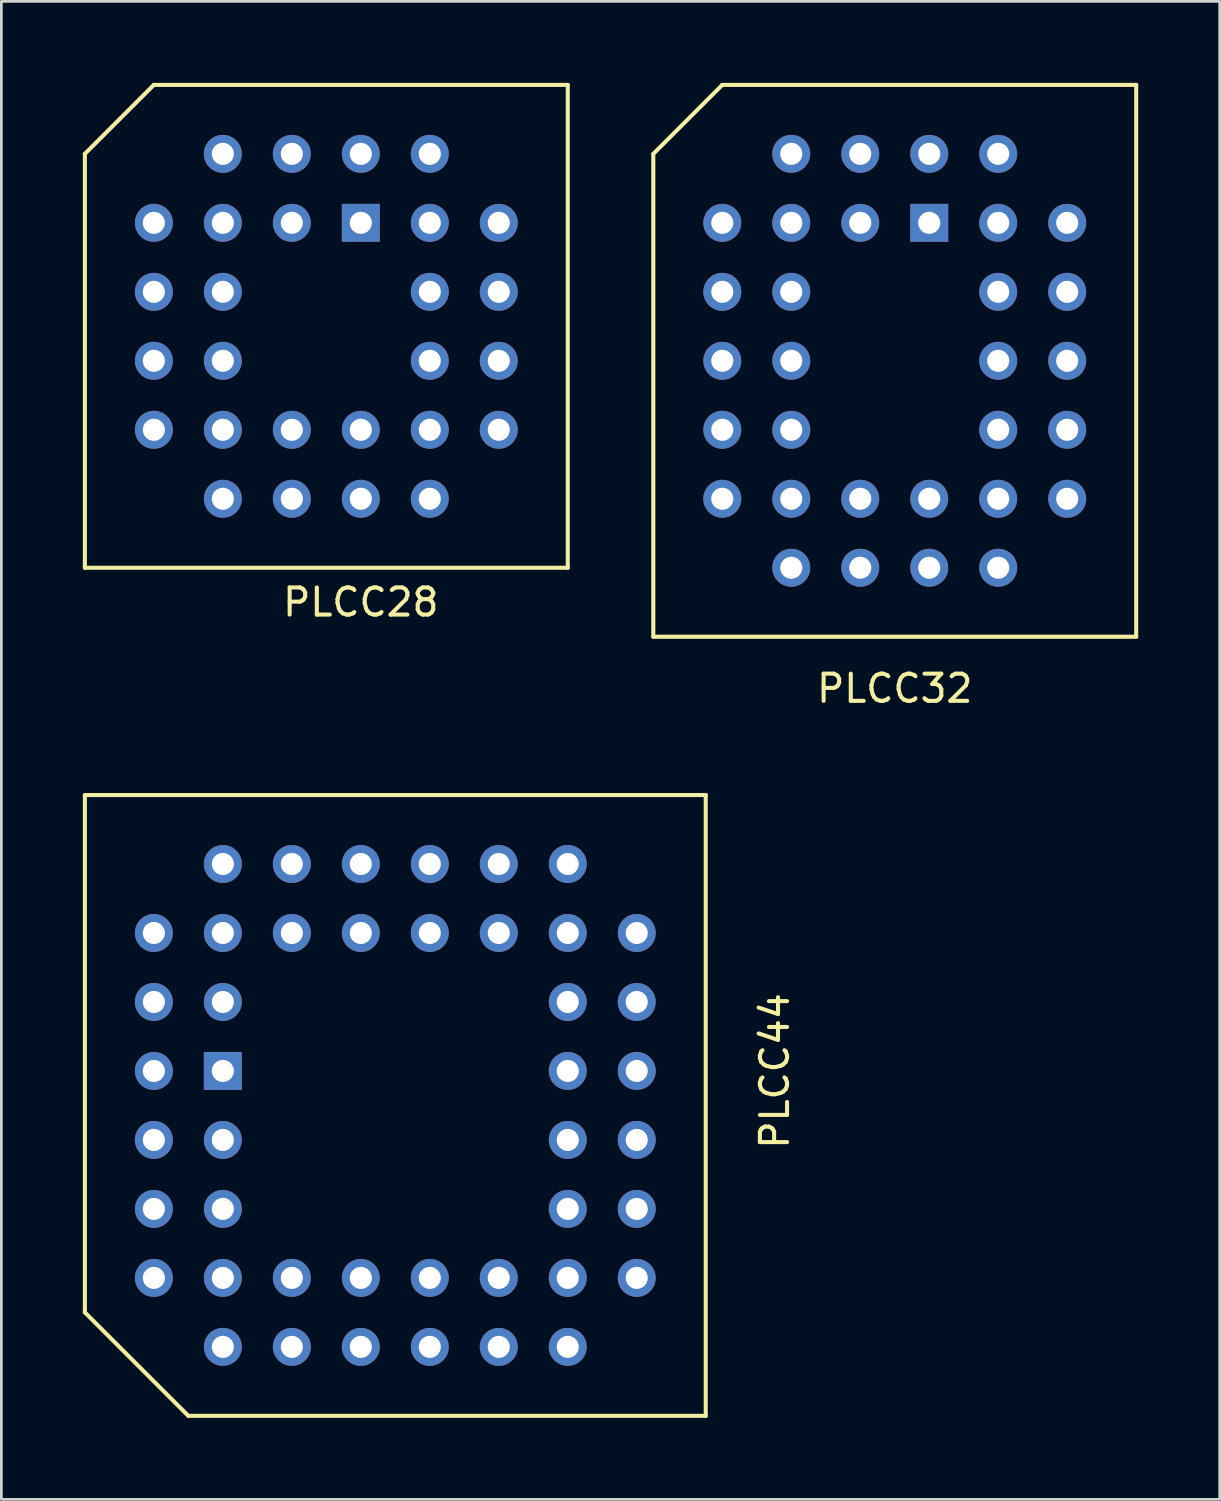
<source format=kicad_pcb>
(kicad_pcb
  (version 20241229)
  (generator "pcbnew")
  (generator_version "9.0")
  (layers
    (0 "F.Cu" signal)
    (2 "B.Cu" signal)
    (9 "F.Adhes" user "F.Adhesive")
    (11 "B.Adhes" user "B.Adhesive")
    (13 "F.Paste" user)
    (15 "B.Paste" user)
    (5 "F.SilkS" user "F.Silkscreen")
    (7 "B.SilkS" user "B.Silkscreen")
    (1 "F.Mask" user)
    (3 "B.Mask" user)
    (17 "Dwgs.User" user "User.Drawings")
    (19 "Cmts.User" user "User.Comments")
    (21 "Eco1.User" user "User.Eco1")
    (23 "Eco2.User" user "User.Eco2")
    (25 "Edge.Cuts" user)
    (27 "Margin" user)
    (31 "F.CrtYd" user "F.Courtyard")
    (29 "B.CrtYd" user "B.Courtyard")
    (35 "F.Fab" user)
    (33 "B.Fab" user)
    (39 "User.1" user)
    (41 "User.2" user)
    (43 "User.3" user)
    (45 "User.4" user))
  (footprint "PLCC32"
    (layer "F.Cu")
    (at 29.895 10.235)
    (property "Reference" "PLCC32" (at 0 12.065 0) (layer "F.SilkS") (effects (font (size 1 1) (thickness 0.15))))
    (attr through_hole)
    (fp_line (start -8.89 -7.62) (end -8.89 10.16) (stroke (width 0.15) (type solid)) (layer "F.SilkS"))
    (fp_line (start -8.89 10.16) (end 8.89 10.16) (stroke (width 0.15) (type solid)) (layer "F.SilkS"))
    (fp_line (start -6.35 -10.16) (end -8.89 -7.62) (stroke (width 0.15) (type solid)) (layer "F.SilkS"))
    (fp_line (start 8.89 -10.16) (end -6.35 -10.16) (stroke (width 0.15) (type solid)) (layer "F.SilkS"))
    (fp_line (start 8.89 -10.16) (end 8.89 10.16) (stroke (width 0.15) (type solid)) (layer "F.SilkS"))
    (pad "1" thru_hole rect (at 1.27 -5.08) (size 1.397 1.397) (drill 0.813) (layers "*.Cu" "*.Mask"))
    (pad "2" thru_hole circle (at -1.27 -7.62) (size 1.397 1.397) (drill 0.813) (layers "*.Cu" "*.Mask"))
    (pad "3" thru_hole circle (at -1.27 -5.08) (size 1.397 1.397) (drill 0.813) (layers "*.Cu" "*.Mask"))
    (pad "4" thru_hole circle (at -3.81 -7.62) (size 1.397 1.397) (drill 0.813) (layers "*.Cu" "*.Mask"))
    (pad "5" thru_hole circle (at -6.35 -5.08) (size 1.397 1.397) (drill 0.813) (layers "*.Cu" "*.Mask"))
    (pad "6" thru_hole circle (at -3.81 -5.08) (size 1.397 1.397) (drill 0.813) (layers "*.Cu" "*.Mask"))
    (pad "7" thru_hole circle (at -6.35 -2.54) (size 1.397 1.397) (drill 0.813) (layers "*.Cu" "*.Mask"))
    (pad "8" thru_hole circle (at -3.81 -2.54) (size 1.397 1.397) (drill 0.813) (layers "*.Cu" "*.Mask"))
    (pad "9" thru_hole circle (at -6.35 0) (size 1.397 1.397) (drill 0.813) (layers "*.Cu" "*.Mask"))
    (pad "10" thru_hole circle (at -3.81 0) (size 1.397 1.397) (drill 0.813) (layers "*.Cu" "*.Mask"))
    (pad "11" thru_hole circle (at -6.35 2.54) (size 1.397 1.397) (drill 0.813) (layers "*.Cu" "*.Mask"))
    (pad "12" thru_hole circle (at -3.81 2.54) (size 1.397 1.397) (drill 0.813) (layers "*.Cu" "*.Mask"))
    (pad "13" thru_hole circle (at -6.35 5.08) (size 1.397 1.397) (drill 0.813) (layers "*.Cu" "*.Mask"))
    (pad "14" thru_hole circle (at -3.81 7.62) (size 1.397 1.397) (drill 0.813) (layers "*.Cu" "*.Mask"))
    (pad "15" thru_hole circle (at -3.81 5.08) (size 1.397 1.397) (drill 0.813) (layers "*.Cu" "*.Mask"))
    (pad "16" thru_hole circle (at -1.27 7.62) (size 1.397 1.397) (drill 0.813) (layers "*.Cu" "*.Mask"))
    (pad "17" thru_hole circle (at -1.27 5.08) (size 1.397 1.397) (drill 0.813) (layers "*.Cu" "*.Mask"))
    (pad "18" thru_hole circle (at 1.27 7.62) (size 1.397 1.397) (drill 0.813) (layers "*.Cu" "*.Mask"))
    (pad "19" thru_hole circle (at 1.27 5.08) (size 1.397 1.397) (drill 0.813) (layers "*.Cu" "*.Mask"))
    (pad "20" thru_hole circle (at 3.81 7.62) (size 1.397 1.397) (drill 0.813) (layers "*.Cu" "*.Mask"))
    (pad "21" thru_hole circle (at 6.35 5.08) (size 1.397 1.397) (drill 0.813) (layers "*.Cu" "*.Mask"))
    (pad "22" thru_hole circle (at 3.81 5.08) (size 1.397 1.397) (drill 0.813) (layers "*.Cu" "*.Mask"))
    (pad "23" thru_hole circle (at 6.35 2.54) (size 1.397 1.397) (drill 0.813) (layers "*.Cu" "*.Mask"))
    (pad "24" thru_hole circle (at 3.81 2.54) (size 1.397 1.397) (drill 0.813) (layers "*.Cu" "*.Mask"))
    (pad "25" thru_hole circle (at 6.35 0) (size 1.397 1.397) (drill 0.813) (layers "*.Cu" "*.Mask"))
    (pad "26" thru_hole circle (at 3.81 0) (size 1.397 1.397) (drill 0.813) (layers "*.Cu" "*.Mask"))
    (pad "27" thru_hole circle (at 6.35 -2.54) (size 1.397 1.397) (drill 0.813) (layers "*.Cu" "*.Mask"))
    (pad "28" thru_hole circle (at 3.81 -2.54) (size 1.397 1.397) (drill 0.813) (layers "*.Cu" "*.Mask"))
    (pad "29" thru_hole circle (at 6.35 -5.08) (size 1.397 1.397) (drill 0.813) (layers "*.Cu" "*.Mask"))
    (pad "30" thru_hole circle (at 3.81 -7.62) (size 1.397 1.397) (drill 0.813) (layers "*.Cu" "*.Mask"))
    (pad "31" thru_hole circle (at 3.81 -5.08) (size 1.397 1.397) (drill 0.813) (layers "*.Cu" "*.Mask"))
    (pad "32" thru_hole circle (at 1.27 -7.62) (size 1.397 1.397) (drill 0.813) (layers "*.Cu" "*.Mask")))
  (footprint "PLCC28"
    (layer "F.Cu")
    (at 8.965 8.965)
    (property "Reference" "PLCC28" (at 1.27 10.16 0) (layer "F.SilkS") (effects (font (size 1 1) (thickness 0.15))))
    (attr through_hole)
    (fp_line (start -8.89 -6.35) (end -8.89 8.89) (stroke (width 0.15) (type solid)) (layer "F.SilkS"))
    (fp_line (start -8.89 8.89) (end 8.89 8.89) (stroke (width 0.15) (type solid)) (layer "F.SilkS"))
    (fp_line (start -6.35 -8.89) (end -8.89 -6.35) (stroke (width 0.15) (type solid)) (layer "F.SilkS"))
    (fp_line (start 8.89 -8.89) (end -6.35 -8.89) (stroke (width 0.15) (type solid)) (layer "F.SilkS"))
    (fp_line (start 8.89 8.89) (end 8.89 -8.89) (stroke (width 0.15) (type solid)) (layer "F.SilkS"))
    (pad "1" thru_hole rect (at 1.27 -3.81) (size 1.397 1.397) (drill 0.813) (layers "*.Cu" "*.Mask"))
    (pad "2" thru_hole circle (at -1.27 -6.35) (size 1.397 1.397) (drill 0.813) (layers "*.Cu" "*.Mask"))
    (pad "3" thru_hole circle (at -1.27 -3.81) (size 1.397 1.397) (drill 0.813) (layers "*.Cu" "*.Mask"))
    (pad "4" thru_hole circle (at -3.81 -6.35) (size 1.397 1.397) (drill 0.813) (layers "*.Cu" "*.Mask"))
    (pad "5" thru_hole circle (at -6.35 -3.81) (size 1.397 1.397) (drill 0.813) (layers "*.Cu" "*.Mask"))
    (pad "6" thru_hole circle (at -3.81 -3.81) (size 1.397 1.397) (drill 0.813) (layers "*.Cu" "*.Mask"))
    (pad "7" thru_hole circle (at -6.35 -1.27) (size 1.397 1.397) (drill 0.813) (layers "*.Cu" "*.Mask"))
    (pad "8" thru_hole circle (at -3.81 -1.27) (size 1.397 1.397) (drill 0.813) (layers "*.Cu" "*.Mask"))
    (pad "9" thru_hole circle (at -6.35 1.27) (size 1.397 1.397) (drill 0.813) (layers "*.Cu" "*.Mask"))
    (pad "10" thru_hole circle (at -3.81 1.27) (size 1.397 1.397) (drill 0.813) (layers "*.Cu" "*.Mask"))
    (pad "11" thru_hole circle (at -6.35 3.81) (size 1.397 1.397) (drill 0.813) (layers "*.Cu" "*.Mask"))
    (pad "12" thru_hole circle (at -3.81 6.35) (size 1.397 1.397) (drill 0.813) (layers "*.Cu" "*.Mask"))
    (pad "13" thru_hole circle (at -3.81 3.81) (size 1.397 1.397) (drill 0.813) (layers "*.Cu" "*.Mask"))
    (pad "14" thru_hole circle (at -1.27 6.35) (size 1.397 1.397) (drill 0.813) (layers "*.Cu" "*.Mask"))
    (pad "15" thru_hole circle (at -1.27 3.81) (size 1.397 1.397) (drill 0.813) (layers "*.Cu" "*.Mask"))
    (pad "16" thru_hole circle (at 1.27 6.35) (size 1.397 1.397) (drill 0.813) (layers "*.Cu" "*.Mask"))
    (pad "17" thru_hole circle (at 1.27 3.81) (size 1.397 1.397) (drill 0.813) (layers "*.Cu" "*.Mask"))
    (pad "18" thru_hole circle (at 3.81 6.35) (size 1.397 1.397) (drill 0.813) (layers "*.Cu" "*.Mask"))
    (pad "19" thru_hole circle (at 6.35 3.81) (size 1.397 1.397) (drill 0.813) (layers "*.Cu" "*.Mask"))
    (pad "20" thru_hole circle (at 3.81 3.81) (size 1.397 1.397) (drill 0.813) (layers "*.Cu" "*.Mask"))
    (pad "21" thru_hole circle (at 6.35 1.27) (size 1.397 1.397) (drill 0.813) (layers "*.Cu" "*.Mask"))
    (pad "22" thru_hole circle (at 3.81 1.27) (size 1.397 1.397) (drill 0.813) (layers "*.Cu" "*.Mask"))
    (pad "23" thru_hole circle (at 6.35 -1.27) (size 1.397 1.397) (drill 0.813) (layers "*.Cu" "*.Mask"))
    (pad "24" thru_hole circle (at 3.81 -1.27) (size 1.397 1.397) (drill 0.813) (layers "*.Cu" "*.Mask"))
    (pad "25" thru_hole circle (at 6.35 -3.81) (size 1.397 1.397) (drill 0.813) (layers "*.Cu" "*.Mask"))
    (pad "26" thru_hole circle (at 3.81 -6.35) (size 1.397 1.397) (drill 0.813) (layers "*.Cu" "*.Mask"))
    (pad "27" thru_hole circle (at 3.81 -3.81) (size 1.397 1.397) (drill 0.813) (layers "*.Cu" "*.Mask"))
    (pad "28" thru_hole circle (at 1.27 -6.35) (size 1.397 1.397) (drill 0.813) (layers "*.Cu" "*.Mask")))
  (footprint "PLCC44"
    (layer "F.Cu")
    (at 11.505 37.653)
    (property "Reference" "PLCC44" (at 13.97 -1.27 90) (layer "F.SilkS") (effects (font (size 1 1) (thickness 0.15))))
    (attr through_hole)
    (fp_line (start -11.43 -11.43) (end -11.43 7.62) (stroke (width 0.15) (type solid)) (layer "F.SilkS"))
    (fp_line (start -11.43 7.62) (end -7.62 11.43) (stroke (width 0.15) (type solid)) (layer "F.SilkS"))
    (fp_line (start -7.62 11.43) (end 11.43 11.43) (stroke (width 0.15) (type solid)) (layer "F.SilkS"))
    (fp_line (start 11.43 -11.43) (end -11.43 -11.43) (stroke (width 0.15) (type solid)) (layer "F.SilkS"))
    (fp_line (start 11.43 11.43) (end 11.43 -11.43) (stroke (width 0.15) (type solid)) (layer "F.SilkS"))
    (pad "1" thru_hole rect (at -6.35 -1.27) (size 1.397 1.397) (drill 0.813) (layers "*.Cu" "*.Mask"))
    (pad "2" thru_hole circle (at -8.89 1.27) (size 1.397 1.397) (drill 0.813) (layers "*.Cu" "*.Mask"))
    (pad "3" thru_hole circle (at -6.35 1.27) (size 1.397 1.397) (drill 0.813) (layers "*.Cu" "*.Mask"))
    (pad "4" thru_hole circle (at -8.89 3.81) (size 1.397 1.397) (drill 0.813) (layers "*.Cu" "*.Mask"))
    (pad "5" thru_hole circle (at -6.35 3.81) (size 1.397 1.397) (drill 0.813) (layers "*.Cu" "*.Mask"))
    (pad "6" thru_hole circle (at -8.89 6.35) (size 1.397 1.397) (drill 0.813) (layers "*.Cu" "*.Mask"))
    (pad "7" thru_hole circle (at -6.35 8.89) (size 1.397 1.397) (drill 0.813) (layers "*.Cu" "*.Mask"))
    (pad "8" thru_hole circle (at -6.35 6.35) (size 1.397 1.397) (drill 0.813) (layers "*.Cu" "*.Mask"))
    (pad "9" thru_hole circle (at -3.81 8.89) (size 1.397 1.397) (drill 0.813) (layers "*.Cu" "*.Mask"))
    (pad "10" thru_hole circle (at -3.81 6.35) (size 1.397 1.397) (drill 0.813) (layers "*.Cu" "*.Mask"))
    (pad "11" thru_hole circle (at -1.27 8.89) (size 1.397 1.397) (drill 0.813) (layers "*.Cu" "*.Mask"))
    (pad "12" thru_hole circle (at -1.27 6.35) (size 1.397 1.397) (drill 0.813) (layers "*.Cu" "*.Mask"))
    (pad "13" thru_hole circle (at 1.27 8.89) (size 1.397 1.397) (drill 0.813) (layers "*.Cu" "*.Mask"))
    (pad "14" thru_hole circle (at 1.27 6.35) (size 1.397 1.397) (drill 0.813) (layers "*.Cu" "*.Mask"))
    (pad "15" thru_hole circle (at 3.81 8.89) (size 1.397 1.397) (drill 0.813) (layers "*.Cu" "*.Mask"))
    (pad "16" thru_hole circle (at 3.81 6.35) (size 1.397 1.397) (drill 0.813) (layers "*.Cu" "*.Mask"))
    (pad "17" thru_hole circle (at 6.35 8.89) (size 1.397 1.397) (drill 0.813) (layers "*.Cu" "*.Mask"))
    (pad "18" thru_hole circle (at 8.89 6.35) (size 1.397 1.397) (drill 0.813) (layers "*.Cu" "*.Mask"))
    (pad "19" thru_hole circle (at 6.35 6.35) (size 1.397 1.397) (drill 0.813) (layers "*.Cu" "*.Mask"))
    (pad "20" thru_hole circle (at 8.89 3.81) (size 1.397 1.397) (drill 0.813) (layers "*.Cu" "*.Mask"))
    (pad "21" thru_hole circle (at 6.35 3.81) (size 1.397 1.397) (drill 0.813) (layers "*.Cu" "*.Mask"))
    (pad "22" thru_hole circle (at 8.89 1.27) (size 1.397 1.397) (drill 0.813) (layers "*.Cu" "*.Mask"))
    (pad "23" thru_hole circle (at 6.35 1.27) (size 1.397 1.397) (drill 0.813) (layers "*.Cu" "*.Mask"))
    (pad "24" thru_hole circle (at 8.89 -1.27) (size 1.397 1.397) (drill 0.813) (layers "*.Cu" "*.Mask"))
    (pad "25" thru_hole circle (at 6.35 -1.27) (size 1.397 1.397) (drill 0.813) (layers "*.Cu" "*.Mask"))
    (pad "26" thru_hole circle (at 8.89 -3.81) (size 1.397 1.397) (drill 0.813) (layers "*.Cu" "*.Mask"))
    (pad "27" thru_hole circle (at 6.35 -3.81) (size 1.397 1.397) (drill 0.813) (layers "*.Cu" "*.Mask"))
    (pad "28" thru_hole circle (at 8.89 -6.35) (size 1.397 1.397) (drill 0.813) (layers "*.Cu" "*.Mask"))
    (pad "29" thru_hole circle (at 6.35 -8.89) (size 1.397 1.397) (drill 0.813) (layers "*.Cu" "*.Mask"))
    (pad "30" thru_hole circle (at 6.35 -6.35) (size 1.397 1.397) (drill 0.813) (layers "*.Cu" "*.Mask"))
    (pad "31" thru_hole circle (at 3.81 -8.89) (size 1.397 1.397) (drill 0.813) (layers "*.Cu" "*.Mask"))
    (pad "32" thru_hole circle (at 3.81 -6.35) (size 1.397 1.397) (drill 0.813) (layers "*.Cu" "*.Mask"))
    (pad "33" thru_hole circle (at 1.27 -8.89) (size 1.397 1.397) (drill 0.813) (layers "*.Cu" "*.Mask"))
    (pad "34" thru_hole circle (at 1.27 -6.35) (size 1.397 1.397) (drill 0.813) (layers "*.Cu" "*.Mask"))
    (pad "35" thru_hole circle (at -1.27 -8.89) (size 1.397 1.397) (drill 0.813) (layers "*.Cu" "*.Mask"))
    (pad "36" thru_hole circle (at -1.27 -6.35) (size 1.397 1.397) (drill 0.813) (layers "*.Cu" "*.Mask"))
    (pad "37" thru_hole circle (at -3.81 -8.89) (size 1.397 1.397) (drill 0.813) (layers "*.Cu" "*.Mask"))
    (pad "38" thru_hole circle (at -3.81 -6.35) (size 1.397 1.397) (drill 0.813) (layers "*.Cu" "*.Mask"))
    (pad "39" thru_hole circle (at -6.35 -8.89) (size 1.397 1.397) (drill 0.813) (layers "*.Cu" "*.Mask"))
    (pad "40" thru_hole circle (at -8.89 -6.35) (size 1.397 1.397) (drill 0.813) (layers "*.Cu" "*.Mask"))
    (pad "41" thru_hole circle (at -6.35 -6.35) (size 1.397 1.397) (drill 0.813) (layers "*.Cu" "*.Mask"))
    (pad "42" thru_hole circle (at -8.89 -3.81) (size 1.397 1.397) (drill 0.813) (layers "*.Cu" "*.Mask"))
    (pad "43" thru_hole circle (at -6.35 -3.81) (size 1.397 1.397) (drill 0.813) (layers "*.Cu" "*.Mask"))
    (pad "44" thru_hole circle (at -8.89 -1.27) (size 1.397 1.397) (drill 0.813) (layers "*.Cu" "*.Mask")))
  (gr_rect
    (start -3 -3)
    (end 41.86 52.158)
    (stroke (width 0.1) (type default))
    (fill no)
    (layer "Edge.Cuts")))
</source>
